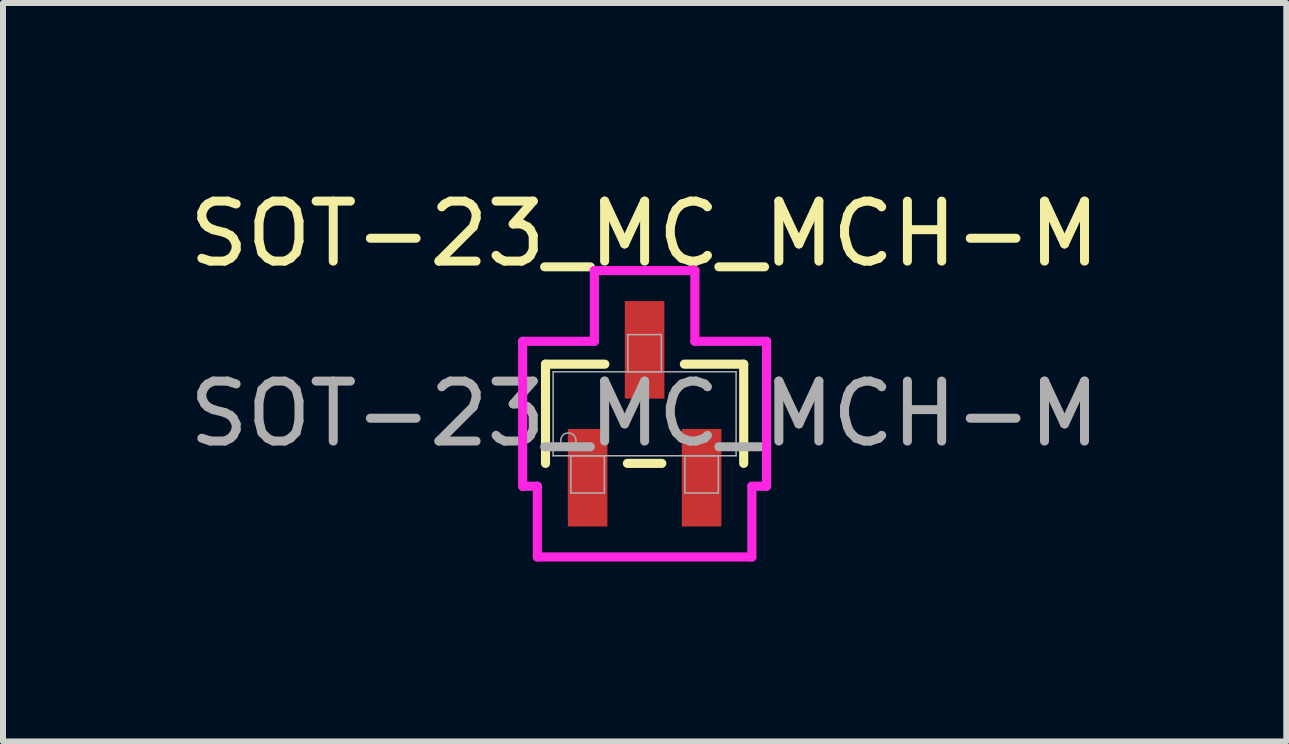
<source format=kicad_pcb>
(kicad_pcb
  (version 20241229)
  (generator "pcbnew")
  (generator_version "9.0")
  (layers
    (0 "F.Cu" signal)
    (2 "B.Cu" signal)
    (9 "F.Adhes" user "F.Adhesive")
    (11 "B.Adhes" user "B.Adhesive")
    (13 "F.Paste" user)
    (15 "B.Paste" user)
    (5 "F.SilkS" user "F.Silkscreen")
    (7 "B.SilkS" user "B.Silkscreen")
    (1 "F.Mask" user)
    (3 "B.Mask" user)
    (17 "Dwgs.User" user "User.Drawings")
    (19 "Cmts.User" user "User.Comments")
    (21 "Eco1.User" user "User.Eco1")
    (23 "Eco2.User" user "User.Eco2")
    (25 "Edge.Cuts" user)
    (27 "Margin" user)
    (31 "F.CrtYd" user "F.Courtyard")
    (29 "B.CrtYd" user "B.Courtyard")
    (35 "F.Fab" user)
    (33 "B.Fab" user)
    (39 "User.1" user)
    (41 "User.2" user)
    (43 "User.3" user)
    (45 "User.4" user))
  (footprint "SOT-23_MC_MCH-M"
    (layer "F.Cu")
    (at 7.696 3.848)
    (property "Reference" "SOT-23_MC_MCH-M" (at 0 -3 0) (unlocked yes) (layer "F.SilkS") (effects (font (size 1 1) (thickness 0.15))))
    (attr smd)
    (fp_line (start -1.652 -0.827) (end -1.652 0.827) (stroke (width 0.152) (type solid)) (layer "F.SilkS"))
    (fp_line (start -0.663 -0.827) (end -1.652 -0.827) (stroke (width 0.152) (type solid)) (layer "F.SilkS"))
    (fp_line (start -0.287 0.827) (end 0.287 0.827) (stroke (width 0.152) (type solid)) (layer "F.SilkS"))
    (fp_line (start 1.652 -0.827) (end 0.663 -0.827) (stroke (width 0.152) (type solid)) (layer "F.SilkS"))
    (fp_line (start 1.652 0.827) (end 1.652 -0.827) (stroke (width 0.152) (type solid)) (layer "F.SilkS"))
    (fp_line (start -2.033 -1.208) (end -0.838 -1.208) (stroke (width 0.152) (type solid)) (layer "F.CrtYd"))
    (fp_line (start -2.033 1.208) (end -2.033 -1.208) (stroke (width 0.152) (type solid)) (layer "F.CrtYd"))
    (fp_line (start -2.033 1.208) (end -1.788 1.208) (stroke (width 0.152) (type solid)) (layer "F.CrtYd"))
    (fp_line (start -1.788 1.208) (end -1.788 2.387) (stroke (width 0.152) (type solid)) (layer "F.CrtYd"))
    (fp_line (start -1.788 2.387) (end 1.788 2.387) (stroke (width 0.152) (type solid)) (layer "F.CrtYd"))
    (fp_line (start -0.838 -2.387) (end 0.838 -2.387) (stroke (width 0.152) (type solid)) (layer "F.CrtYd"))
    (fp_line (start -0.838 -1.208) (end -0.838 -2.387) (stroke (width 0.152) (type solid)) (layer "F.CrtYd"))
    (fp_line (start 0.838 -1.208) (end 0.838 -2.387) (stroke (width 0.152) (type solid)) (layer "F.CrtYd"))
    (fp_line (start 1.788 1.208) (end 1.788 2.387) (stroke (width 0.152) (type solid)) (layer "F.CrtYd"))
    (fp_line (start 2.033 -1.208) (end 0.838 -1.208) (stroke (width 0.152) (type solid)) (layer "F.CrtYd"))
    (fp_line (start 2.033 -1.208) (end 2.033 1.208) (stroke (width 0.152) (type solid)) (layer "F.CrtYd"))
    (fp_line (start 2.033 1.208) (end 1.788 1.208) (stroke (width 0.152) (type solid)) (layer "F.CrtYd"))
    (fp_line (start -1.525 -0.7) (end -1.525 0.7) (stroke (width 0.025) (type solid)) (layer "F.Fab"))
    (fp_line (start -1.525 0.7) (end 1.525 0.7) (stroke (width 0.025) (type solid)) (layer "F.Fab"))
    (fp_line (start -1.229 0.7) (end -1.229 1.32) (stroke (width 0.025) (type solid)) (layer "F.Fab"))
    (fp_line (start -1.229 1.32) (end -0.671 1.32) (stroke (width 0.025) (type solid)) (layer "F.Fab"))
    (fp_line (start -0.671 0.7) (end -1.229 0.7) (stroke (width 0.025) (type solid)) (layer "F.Fab"))
    (fp_line (start -0.671 1.32) (end -0.671 0.7) (stroke (width 0.025) (type solid)) (layer "F.Fab"))
    (fp_line (start -0.279 -1.32) (end -0.279 -0.7) (stroke (width 0.025) (type solid)) (layer "F.Fab"))
    (fp_line (start -0.279 -0.7) (end 0.279 -0.7) (stroke (width 0.025) (type solid)) (layer "F.Fab"))
    (fp_line (start 0.279 -1.32) (end -0.279 -1.32) (stroke (width 0.025) (type solid)) (layer "F.Fab"))
    (fp_line (start 0.279 -0.7) (end 0.279 -1.32) (stroke (width 0.025) (type solid)) (layer "F.Fab"))
    (fp_line (start 0.671 0.7) (end 0.671 1.32) (stroke (width 0.025) (type solid)) (layer "F.Fab"))
    (fp_line (start 0.671 1.32) (end 1.229 1.32) (stroke (width 0.025) (type solid)) (layer "F.Fab"))
    (fp_line (start 1.229 0.7) (end 0.671 0.7) (stroke (width 0.025) (type solid)) (layer "F.Fab"))
    (fp_line (start 1.229 1.32) (end 1.229 0.7) (stroke (width 0.025) (type solid)) (layer "F.Fab"))
    (fp_line (start 1.525 -0.7) (end -1.525 -0.7) (stroke (width 0.025) (type solid)) (layer "F.Fab"))
    (fp_line (start 1.525 0.7) (end 1.525 -0.7) (stroke (width 0.025) (type solid)) (layer "F.Fab"))
    (fp_circle (center -1.271 0.446) (end -1.144 0.446) (stroke (width 0.025) (type solid)) (fill no) (layer "F.Fab"))
    (fp_text user "${REFERENCE}" (at 0 0 0) (unlocked yes) (layer "F.Fab") (effects (font (size 1 1) (thickness 0.15))))
    (pad "1" smd rect (at -0.95 1.066) (size 0.66 1.626) (layers "F.Cu" "F.Mask" "F.Paste"))
    (pad "2" smd rect (at 0.95 1.066) (size 0.66 1.626) (layers "F.Cu" "F.Mask" "F.Paste"))
    (pad "3" smd rect (at 0 -1.066) (size 0.66 1.626) (layers "F.Cu" "F.Mask" "F.Paste")))
  (gr_rect
    (start -3 -3)
    (end 18.393 9.311)
    (stroke (width 0.1) (type default))
    (fill no)
    (layer "Edge.Cuts")))
</source>
